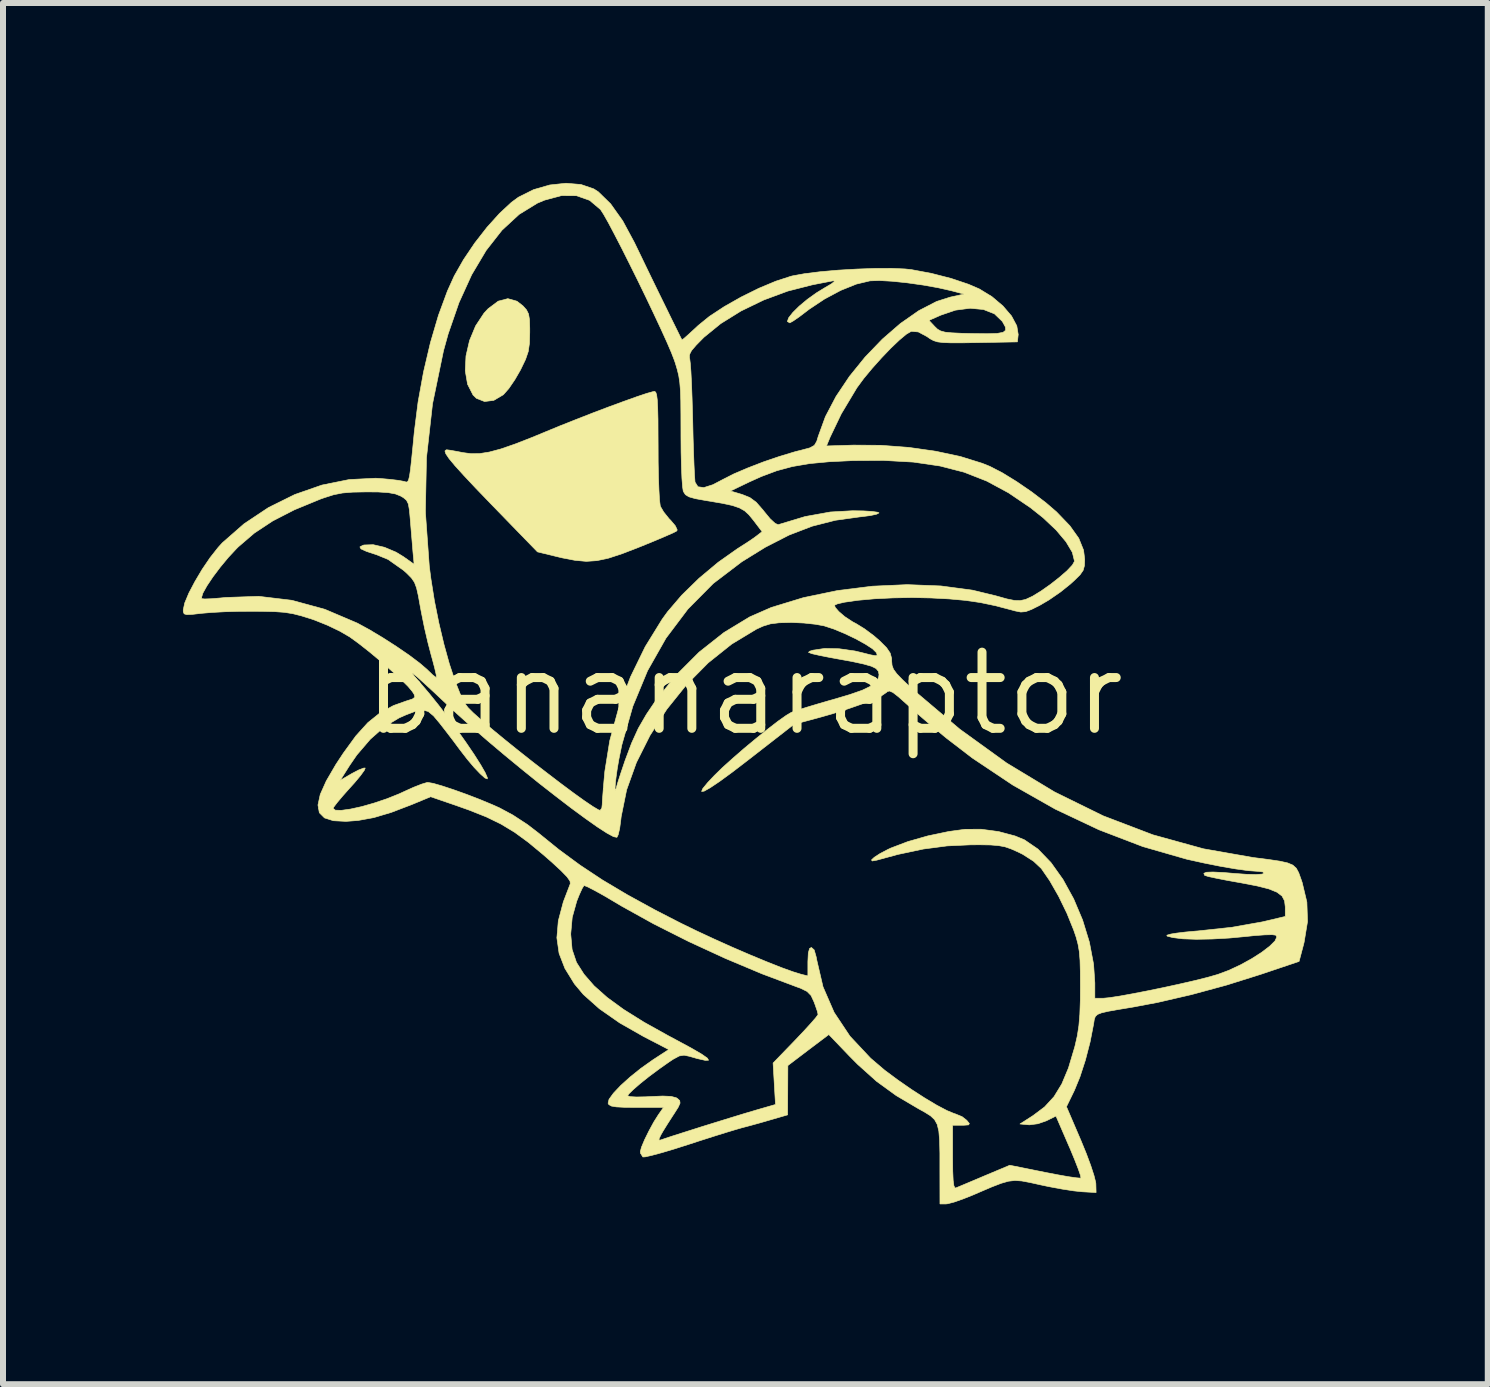
<source format=kicad_pcb>
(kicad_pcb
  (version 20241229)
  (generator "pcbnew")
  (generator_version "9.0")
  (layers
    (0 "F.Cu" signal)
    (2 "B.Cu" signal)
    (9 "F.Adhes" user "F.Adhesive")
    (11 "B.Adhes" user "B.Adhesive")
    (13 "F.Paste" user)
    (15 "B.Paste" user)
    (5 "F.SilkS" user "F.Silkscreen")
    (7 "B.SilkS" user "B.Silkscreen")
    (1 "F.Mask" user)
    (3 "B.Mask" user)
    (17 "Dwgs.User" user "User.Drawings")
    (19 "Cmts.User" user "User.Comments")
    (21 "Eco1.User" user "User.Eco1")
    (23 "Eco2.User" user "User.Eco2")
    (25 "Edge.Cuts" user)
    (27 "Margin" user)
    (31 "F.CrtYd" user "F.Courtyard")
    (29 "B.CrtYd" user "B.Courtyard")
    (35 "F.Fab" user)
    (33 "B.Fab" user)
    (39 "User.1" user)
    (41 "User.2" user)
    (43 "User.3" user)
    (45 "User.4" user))
  (footprint "bananaraptor"
    (layer "F.Cu")
    (at 9.361 8.513)
    (property "Reference" "bananaraptor" (at 0 0 0) (layer "F.SilkS") (effects (font (size 1.27 1.27) (thickness 0.15))))
    (attr through_hole)
    (fp_poly (pts (xy -3.792 -6.541) (xy -3.692 -6.463) (xy -3.633 -6.397) (xy -3.599 -6.328) (xy -3.583 -6.233) (xy -3.579 -6.086) (xy -3.579 -6.021) (xy -3.584 -5.84) (xy -3.604 -5.703) (xy -3.649 -5.571) (xy -3.728 -5.407) (xy -3.735 -5.393) (xy -3.828 -5.232) (xy -3.927 -5.087) (xy -4.015 -4.987) (xy -4.023 -4.98) (xy -4.179 -4.888) (xy -4.333 -4.869) (xy -4.468 -4.922) (xy -4.525 -4.978) (xy -4.616 -5.157) (xy -4.654 -5.381) (xy -4.642 -5.629) (xy -4.583 -5.885) (xy -4.482 -6.129) (xy -4.341 -6.343) (xy -4.273 -6.416) (xy -4.105 -6.542) (xy -3.944 -6.584) (xy -3.792 -6.541)) (stroke (width 0.01) (type solid)) (fill yes) (layer "F.SilkS"))
    (fp_poly (pts (xy -1.479 -5.025) (xy -1.464 -4.982) (xy -1.453 -4.897) (xy -1.446 -4.762) (xy -1.441 -4.566) (xy -1.44 -4.3) (xy -1.439 -4.13) (xy -1.438 -3.856) (xy -1.433 -3.605) (xy -1.425 -3.391) (xy -1.416 -3.23) (xy -1.404 -3.135) (xy -1.401 -3.121) (xy -1.347 -3.028) (xy -1.258 -2.917) (xy -1.225 -2.883) (xy -1.151 -2.795) (xy -1.121 -2.729) (xy -1.127 -2.712) (xy -1.177 -2.685) (xy -1.292 -2.634) (xy -1.456 -2.564) (xy -1.655 -2.482) (xy -1.759 -2.44) (xy -2.041 -2.331) (xy -2.267 -2.257) (xy -2.459 -2.216) (xy -2.637 -2.204) (xy -2.823 -2.221) (xy -3.037 -2.262) (xy -3.133 -2.285) (xy -3.45 -2.362) (xy -4.223 -3.158) (xy -4.478 -3.423) (xy -4.677 -3.635) (xy -4.824 -3.797) (xy -4.923 -3.916) (xy -4.978 -3.997) (xy -4.993 -4.044) (xy -4.972 -4.063) (xy -4.96 -4.064) (xy -4.902 -4.056) (xy -4.789 -4.036) (xy -4.692 -4.017) (xy -4.557 -3.999) (xy -4.415 -4.001) (xy -4.255 -4.026) (xy -4.064 -4.077) (xy -3.829 -4.158) (xy -3.539 -4.271) (xy -3.322 -4.361) (xy -3.065 -4.467) (xy -2.792 -4.575) (xy -2.516 -4.683) (xy -2.249 -4.784) (xy -2.004 -4.874) (xy -1.794 -4.949) (xy -1.63 -5.004) (xy -1.526 -5.033) (xy -1.499 -5.038) (xy -1.479 -5.025)) (stroke (width 0.01) (type solid)) (fill yes) (layer "F.SilkS"))
    (fp_poly (pts (xy -2.725 -8.487) (xy -2.512 -8.414) (xy -2.437 -8.366) (xy -2.231 -8.165) (xy -2.029 -7.881) (xy -1.833 -7.517) (xy -1.743 -7.331) (xy -1.64 -7.117) (xy -1.529 -6.888) (xy -1.416 -6.656) (xy -1.307 -6.434) (xy -1.21 -6.235) (xy -1.129 -6.071) (xy -1.072 -5.955) (xy -1.043 -5.899) (xy -1.042 -5.896) (xy -1.009 -5.919) (xy -0.931 -5.988) (xy -0.82 -6.09) (xy -0.771 -6.136) (xy -0.584 -6.288) (xy -0.338 -6.45) (xy -0.056 -6.61) (xy 0.239 -6.756) (xy 0.523 -6.875) (xy 0.775 -6.957) (xy 0.804 -6.964) (xy 1.007 -7.001) (xy 1.266 -7.033) (xy 1.562 -7.059) (xy 1.873 -7.077) (xy 2.177 -7.088) (xy 2.453 -7.089) (xy 2.679 -7.079) (xy 2.783 -7.068) (xy 3.119 -7.005) (xy 3.446 -6.921) (xy 3.735 -6.824) (xy 3.916 -6.746) (xy 4.127 -6.617) (xy 4.31 -6.462) (xy 4.453 -6.295) (xy 4.541 -6.13) (xy 4.565 -5.983) (xy 4.564 -5.98) (xy 4.551 -5.863) (xy 3.877 -5.851) (xy 3.624 -5.847) (xy 3.441 -5.847) (xy 3.312 -5.852) (xy 3.221 -5.863) (xy 3.154 -5.884) (xy 3.096 -5.915) (xy 3.043 -5.952) (xy 2.899 -6.029) (xy 2.786 -6.039) (xy 2.78 -6.038) (xy 2.703 -5.994) (xy 2.585 -5.896) (xy 2.442 -5.76) (xy 2.287 -5.598) (xy 2.131 -5.424) (xy 1.989 -5.253) (xy 1.875 -5.098) (xy 1.615 -4.664) (xy 1.429 -4.276) (xy 1.368 -4.128) (xy 1.816 -4.142) (xy 2.275 -4.139) (xy 2.739 -4.104) (xy 3.189 -4.04) (xy 3.604 -3.951) (xy 3.964 -3.839) (xy 4.091 -3.788) (xy 4.297 -3.682) (xy 4.538 -3.534) (xy 4.789 -3.362) (xy 5.024 -3.183) (xy 5.203 -3.029) (xy 5.425 -2.798) (xy 5.574 -2.589) (xy 5.654 -2.391) (xy 5.673 -2.239) (xy 5.669 -2.133) (xy 5.647 -2.054) (xy 5.595 -1.979) (xy 5.498 -1.884) (xy 5.432 -1.824) (xy 5.267 -1.692) (xy 5.077 -1.561) (xy 4.927 -1.473) (xy 4.785 -1.402) (xy 4.689 -1.366) (xy 4.608 -1.359) (xy 4.512 -1.378) (xy 4.458 -1.393) (xy 4.182 -1.465) (xy 3.935 -1.517) (xy 3.689 -1.553) (xy 3.414 -1.578) (xy 3.108 -1.594) (xy 2.796 -1.601) (xy 2.476 -1.595) (xy 2.168 -1.58) (xy 1.892 -1.555) (xy 1.668 -1.523) (xy 1.552 -1.496) (xy 1.505 -1.476) (xy 1.511 -1.44) (xy 1.573 -1.368) (xy 1.573 -1.368) (xy 1.672 -1.283) (xy 1.806 -1.195) (xy 1.863 -1.165) (xy 2.001 -1.08) (xy 2.157 -0.964) (xy 2.254 -0.88) (xy 2.369 -0.765) (xy 2.43 -0.675) (xy 2.454 -0.586) (xy 2.455 -0.541) (xy 2.461 -0.471) (xy 2.485 -0.405) (xy 2.539 -0.331) (xy 2.633 -0.233) (xy 2.777 -0.097) (xy 2.826 -0.053) (xy 3.591 0.594) (xy 4.373 1.159) (xy 5.17 1.64) (xy 5.982 2.039) (xy 6.81 2.355) (xy 7.653 2.588) (xy 8.477 2.733) (xy 8.736 2.766) (xy 8.924 2.794) (xy 9.055 2.823) (xy 9.143 2.86) (xy 9.201 2.913) (xy 9.241 2.987) (xy 9.278 3.09) (xy 9.299 3.151) (xy 9.377 3.477) (xy 9.388 3.8) (xy 9.331 4.147) (xy 9.32 4.191) (xy 9.247 4.466) (xy 8.605 4.682) (xy 8.035 4.861) (xy 7.453 5.019) (xy 6.891 5.149) (xy 6.477 5.227) (xy 6.236 5.267) (xy 6.066 5.297) (xy 5.954 5.323) (xy 5.886 5.35) (xy 5.85 5.385) (xy 5.833 5.433) (xy 5.823 5.499) (xy 5.82 5.517) (xy 5.763 5.809) (xy 5.685 6.11) (xy 5.594 6.39) (xy 5.501 6.617) (xy 5.497 6.625) (xy 5.369 6.888) (xy 5.612 7.455) (xy 5.7 7.67) (xy 5.774 7.869) (xy 5.828 8.035) (xy 5.856 8.148) (xy 5.859 8.17) (xy 5.863 8.319) (xy 5.63 8.306) (xy 5.489 8.291) (xy 5.295 8.261) (xy 5.079 8.221) (xy 4.942 8.192) (xy 4.762 8.152) (xy 4.624 8.126) (xy 4.511 8.118) (xy 4.402 8.13) (xy 4.28 8.165) (xy 4.124 8.225) (xy 3.916 8.314) (xy 3.817 8.357) (xy 3.647 8.425) (xy 3.496 8.478) (xy 3.388 8.506) (xy 3.362 8.509) (xy 3.26 8.509) (xy 3.259 7.948) (xy 3.259 7.663) (xy 3.254 7.45) (xy 3.241 7.294) (xy 3.214 7.183) (xy 3.17 7.103) (xy 3.103 7.04) (xy 3.009 6.981) (xy 2.906 6.924) (xy 2.53 6.702) (xy 2.202 6.464) (xy 1.889 6.183) (xy 1.751 6.044) (xy 1.407 5.685) (xy 1.065 5.943) (xy 0.724 6.202) (xy 0.722 6.613) (xy 0.72 7.024) (xy 0.434 7.107) (xy 0.254 7.159) (xy 0.076 7.208) (xy -0.042 7.239) (xy -0.146 7.269) (xy -0.312 7.319) (xy -0.523 7.385) (xy -0.761 7.461) (xy -0.942 7.52) (xy -1.174 7.594) (xy -1.379 7.655) (xy -1.543 7.699) (xy -1.653 7.724) (xy -1.693 7.726) (xy -1.732 7.665) (xy -1.736 7.637) (xy -1.716 7.562) (xy -1.664 7.438) (xy -1.591 7.29) (xy -1.511 7.143) (xy -1.434 7.021) (xy -1.431 7.017) (xy -1.349 6.9) (xy -1.798 6.9) (xy -2.002 6.898) (xy -2.137 6.891) (xy -2.218 6.877) (xy -2.26 6.853) (xy -2.273 6.83) (xy -2.257 6.764) (xy -2.183 6.662) (xy -2.062 6.534) (xy -1.907 6.394) (xy -1.728 6.25) (xy -1.539 6.116) (xy -1.528 6.108) (xy -1.262 5.935) (xy -1.679 5.719) (xy -2.081 5.49) (xy -2.419 5.254) (xy -2.686 5.016) (xy -2.834 4.84) (xy -2.993 4.582) (xy -3.09 4.331) (xy -3.127 4.071) (xy -3.121 4.009) (xy -2.896 4.009) (xy -2.873 4.266) (xy -2.801 4.48) (xy -2.801 4.481) (xy -2.675 4.679) (xy -2.507 4.872) (xy -2.289 5.066) (xy -2.015 5.266) (xy -1.676 5.478) (xy -1.265 5.707) (xy -1.132 5.778) (xy -0.884 5.912) (xy -0.712 6.012) (xy -0.617 6.079) (xy -0.598 6.113) (xy -0.655 6.115) (xy -0.788 6.085) (xy -0.92 6.047) (xy -1.007 6.029) (xy -1.087 6.042) (xy -1.187 6.096) (xy -1.258 6.143) (xy -1.421 6.258) (xy -1.585 6.38) (xy -1.733 6.498) (xy -1.852 6.601) (xy -1.928 6.675) (xy -1.947 6.706) (xy -1.908 6.72) (xy -1.802 6.726) (xy -1.646 6.723) (xy -1.57 6.719) (xy -1.363 6.71) (xy -1.224 6.716) (xy -1.138 6.738) (xy -1.117 6.751) (xy -1.079 6.786) (xy -1.073 6.828) (xy -1.104 6.897) (xy -1.178 7.014) (xy -1.191 7.033) (xy -1.279 7.17) (xy -1.356 7.294) (xy -1.395 7.362) (xy -1.427 7.432) (xy -1.412 7.447) (xy -1.382 7.438) (xy -1.319 7.416) (xy -1.191 7.374) (xy -1.015 7.318) (xy -0.807 7.252) (xy -0.71 7.221) (xy -0.465 7.145) (xy -0.219 7.069) (xy 0.003 7.001) (xy 0.176 6.95) (xy 0.206 6.941) (xy 0.518 6.851) (xy 0.498 6.506) (xy 0.478 6.16) (xy 0.853 5.772) (xy 0.994 5.623) (xy 1.111 5.495) (xy 1.193 5.4) (xy 1.227 5.352) (xy 1.228 5.35) (xy 1.214 5.292) (xy 1.178 5.188) (xy 1.161 5.142) (xy 1.111 5.034) (xy 1.044 4.966) (xy 0.934 4.912) (xy 0.875 4.891) (xy 0.292 4.672) (xy -0.317 4.416) (xy -0.927 4.135) (xy -1.511 3.841) (xy -2.043 3.546) (xy -2.159 3.477) (xy -2.34 3.37) (xy -2.495 3.284) (xy -2.61 3.225) (xy -2.67 3.201) (xy -2.675 3.201) (xy -2.704 3.247) (xy -2.751 3.349) (xy -2.796 3.462) (xy -2.871 3.732) (xy -2.896 4.009) (xy -3.121 4.009) (xy -3.103 3.79) (xy -3.019 3.473) (xy -2.903 3.17) (xy -2.908 3.126) (xy -2.957 3.056) (xy -3.056 2.954) (xy -3.211 2.811) (xy -3.352 2.688) (xy -3.604 2.479) (xy -3.831 2.313) (xy -4.056 2.177) (xy -4.302 2.057) (xy -4.592 1.942) (xy -4.829 1.858) (xy -5.231 1.72) (xy -5.547 1.851) (xy -5.887 1.981) (xy -6.179 2.068) (xy -6.442 2.116) (xy -6.643 2.131) (xy -6.853 2.12) (xy -7.001 2.073) (xy -7.087 1.987) (xy -7.1 1.914) (xy -6.858 1.914) (xy -6.821 1.944) (xy -6.72 1.947) (xy -6.568 1.926) (xy -6.382 1.885) (xy -6.175 1.826) (xy -5.961 1.754) (xy -5.756 1.672) (xy -5.674 1.634) (xy -5.517 1.563) (xy -5.382 1.51) (xy -5.292 1.483) (xy -5.278 1.482) (xy -5.189 1.497) (xy -5.04 1.54) (xy -4.849 1.603) (xy -4.634 1.68) (xy -4.413 1.765) (xy -4.204 1.852) (xy -4.085 1.905) (xy -3.858 2.027) (xy -3.619 2.183) (xy -3.438 2.322) (xy -3.092 2.602) (xy -2.74 2.861) (xy -2.367 3.108) (xy -1.957 3.352) (xy -1.496 3.605) (xy -1.058 3.83) (xy -0.797 3.957) (xy -0.509 4.091) (xy -0.209 4.226) (xy 0.088 4.354) (xy 0.368 4.47) (xy 0.615 4.568) (xy 0.815 4.64) (xy 0.942 4.679) (xy 1.058 4.708) (xy 1.058 4.471) (xy 1.065 4.325) (xy 1.086 4.25) (xy 1.117 4.233) (xy 1.163 4.274) (xy 1.197 4.393) (xy 1.204 4.434) (xy 1.31 4.889) (xy 1.495 5.315) (xy 1.759 5.712) (xy 2.103 6.079) (xy 2.34 6.281) (xy 2.554 6.44) (xy 2.78 6.597) (xy 3.003 6.741) (xy 3.207 6.863) (xy 3.378 6.953) (xy 3.499 7.003) (xy 3.512 7.006) (xy 3.629 7.054) (xy 3.706 7.114) (xy 3.75 7.168) (xy 3.738 7.191) (xy 3.657 7.197) (xy 3.626 7.197) (xy 3.471 7.197) (xy 3.471 7.73) (xy 3.473 7.96) (xy 3.48 8.115) (xy 3.492 8.206) (xy 3.511 8.242) (xy 3.524 8.242) (xy 3.583 8.218) (xy 3.702 8.168) (xy 3.861 8.101) (xy 4 8.042) (xy 4.424 7.864) (xy 5.006 7.981) (xy 5.218 8.022) (xy 5.398 8.054) (xy 5.531 8.073) (xy 5.603 8.079) (xy 5.61 8.077) (xy 5.603 8.033) (xy 5.566 7.926) (xy 5.506 7.772) (xy 5.429 7.586) (xy 5.413 7.55) (xy 5.194 7.044) (xy 5.034 7.123) (xy 4.893 7.172) (xy 4.754 7.19) (xy 4.734 7.189) (xy 4.594 7.176) (xy 4.812 7.036) (xy 5.005 6.891) (xy 5.162 6.72) (xy 5.291 6.509) (xy 5.402 6.244) (xy 5.502 5.909) (xy 5.511 5.877) (xy 5.55 5.706) (xy 5.576 5.538) (xy 5.592 5.348) (xy 5.6 5.114) (xy 5.601 4.889) (xy 5.6 4.635) (xy 5.595 4.446) (xy 5.583 4.301) (xy 5.562 4.18) (xy 5.531 4.063) (xy 5.489 3.941) (xy 5.376 3.662) (xy 5.238 3.379) (xy 5.09 3.12) (xy 4.95 2.917) (xy 4.821 2.796) (xy 4.64 2.68) (xy 4.563 2.642) (xy 4.446 2.59) (xy 4.345 2.555) (xy 4.238 2.535) (xy 4.105 2.524) (xy 3.923 2.521) (xy 3.768 2.522) (xy 3.378 2.54) (xy 2.983 2.592) (xy 2.559 2.682) (xy 2.205 2.778) (xy 2.13 2.791) (xy 2.119 2.773) (xy 2.166 2.729) (xy 2.259 2.669) (xy 2.39 2.6) (xy 2.441 2.576) (xy 2.725 2.468) (xy 3.058 2.373) (xy 3.406 2.3) (xy 3.677 2.263) (xy 3.946 2.262) (xy 4.238 2.301) (xy 4.512 2.374) (xy 4.669 2.439) (xy 4.894 2.593) (xy 5.11 2.817) (xy 5.311 3.099) (xy 5.489 3.423) (xy 5.638 3.776) (xy 5.751 4.144) (xy 5.821 4.512) (xy 5.842 4.824) (xy 5.842 5.08) (xy 5.98 5.08) (xy 6.085 5.07) (xy 6.256 5.044) (xy 6.476 5.004) (xy 6.728 4.955) (xy 6.995 4.9) (xy 7.26 4.842) (xy 7.508 4.785) (xy 7.72 4.732) (xy 7.881 4.686) (xy 7.889 4.684) (xy 8.079 4.613) (xy 8.273 4.522) (xy 8.458 4.42) (xy 8.624 4.314) (xy 8.756 4.213) (xy 8.845 4.125) (xy 8.876 4.058) (xy 8.859 4.028) (xy 8.798 4.02) (xy 8.674 4.023) (xy 8.506 4.035) (xy 8.374 4.049) (xy 8.086 4.076) (xy 7.799 4.092) (xy 7.534 4.097) (xy 7.31 4.089) (xy 7.148 4.069) (xy 7.133 4.066) (xy 7.048 4.044) (xy 7.042 4.029) (xy 7.108 4.01) (xy 7.112 4.009) (xy 7.204 3.994) (xy 7.352 3.976) (xy 7.526 3.96) (xy 7.556 3.958) (xy 8.124 3.897) (xy 8.632 3.807) (xy 8.731 3.784) (xy 9.017 3.716) (xy 9.017 3.556) (xy 9.005 3.456) (xy 8.963 3.376) (xy 8.879 3.312) (xy 8.744 3.257) (xy 8.546 3.207) (xy 8.276 3.155) (xy 8.241 3.149) (xy 8.036 3.112) (xy 7.863 3.078) (xy 7.737 3.051) (xy 7.676 3.032) (xy 7.673 3.031) (xy 7.659 2.997) (xy 7.703 2.979) (xy 7.812 2.975) (xy 7.994 2.984) (xy 8.156 2.998) (xy 8.365 3.013) (xy 8.528 3.017) (xy 8.63 3.01) (xy 8.655 3.001) (xy 8.648 2.975) (xy 8.57 2.964) (xy 8.549 2.963) (xy 8.406 2.953) (xy 8.199 2.925) (xy 7.947 2.882) (xy 7.67 2.827) (xy 7.385 2.764) (xy 7.362 2.758) (xy 6.642 2.551) (xy 5.911 2.271) (xy 5.183 1.927) (xy 4.474 1.525) (xy 3.799 1.074) (xy 3.365 0.741) (xy 3.175 0.584) (xy 2.974 0.413) (xy 2.792 0.254) (xy 2.703 0.174) (xy 2.566 0.052) (xy 2.476 -0.018) (xy 2.418 -0.043) (xy 2.381 -0.032) (xy 2.372 -0.022) (xy 2.298 0.029) (xy 2.157 0.096) (xy 1.962 0.173) (xy 1.727 0.255) (xy 1.467 0.337) (xy 1.249 0.399) (xy 0.826 0.513) (xy 0.064 1.106) (xy -0.202 1.31) (xy -0.414 1.465) (xy -0.572 1.571) (xy -0.672 1.627) (xy -0.714 1.632) (xy -0.695 1.585) (xy -0.614 1.486) (xy -0.502 1.367) (xy -0.367 1.235) (xy -0.196 1.081) (xy -0.004 0.914) (xy 0.196 0.748) (xy 0.389 0.593) (xy 0.56 0.461) (xy 0.697 0.364) (xy 0.781 0.314) (xy 0.869 0.282) (xy 1.02 0.234) (xy 1.213 0.176) (xy 1.429 0.113) (xy 1.474 0.101) (xy 1.757 0.017) (xy 1.966 -0.056) (xy 2.11 -0.126) (xy 2.197 -0.195) (xy 2.238 -0.27) (xy 2.244 -0.317) (xy 2.233 -0.372) (xy 2.195 -0.417) (xy 2.116 -0.456) (xy 1.985 -0.493) (xy 1.792 -0.535) (xy 1.587 -0.572) (xy 1.408 -0.605) (xy 1.253 -0.636) (xy 1.146 -0.66) (xy 1.122 -0.666) (xy 1.068 -0.687) (xy 1.088 -0.706) (xy 1.143 -0.723) (xy 1.337 -0.752) (xy 1.579 -0.747) (xy 1.841 -0.71) (xy 1.955 -0.683) (xy 2.102 -0.646) (xy 2.183 -0.631) (xy 2.213 -0.638) (xy 2.206 -0.668) (xy 2.197 -0.686) (xy 2.135 -0.747) (xy 2.013 -0.826) (xy 1.853 -0.914) (xy 1.673 -1) (xy 1.493 -1.075) (xy 1.334 -1.127) (xy 1.333 -1.128) (xy 1.186 -1.155) (xy 0.992 -1.176) (xy 0.792 -1.185) (xy 0.771 -1.185) (xy 0.576 -1.18) (xy 0.433 -1.162) (xy 0.31 -1.124) (xy 0.2 -1.074) (xy -0.212 -0.825) (xy -0.604 -0.512) (xy -0.967 -0.145) (xy -1.294 0.262) (xy -1.574 0.698) (xy -1.801 1.15) (xy -1.964 1.605) (xy -2.055 2.053) (xy -2.061 2.107) (xy -2.08 2.25) (xy -2.105 2.355) (xy -2.126 2.397) (xy -2.182 2.386) (xy -2.293 2.326) (xy -2.454 2.222) (xy -2.655 2.08) (xy -2.889 1.908) (xy -3.147 1.71) (xy -3.424 1.494) (xy -3.709 1.264) (xy -3.997 1.027) (xy -4.278 0.79) (xy -4.546 0.558) (xy -4.792 0.337) (xy -4.933 0.206) (xy -5.169 -0.016) (xy -5.346 -0.179) (xy -5.464 -0.285) (xy -5.526 -0.334) (xy -5.533 -0.328) (xy -5.485 -0.267) (xy -5.384 -0.153) (xy -5.249 0.006) (xy -5.098 0.194) (xy -4.94 0.4) (xy -4.784 0.614) (xy -4.636 0.824) (xy -4.504 1.019) (xy -4.397 1.188) (xy -4.322 1.319) (xy -4.286 1.402) (xy -4.287 1.423) (xy -4.327 1.407) (xy -4.404 1.338) (xy -4.507 1.23) (xy -4.621 1.095) (xy -4.734 0.949) (xy -4.752 0.925) (xy -4.853 0.789) (xy -4.978 0.626) (xy -5.08 0.495) (xy -5.183 0.372) (xy -5.271 0.299) (xy -5.363 0.274) (xy -5.479 0.293) (xy -5.64 0.354) (xy -5.756 0.405) (xy -5.996 0.549) (xy -6.237 0.761) (xy -6.463 1.025) (xy -6.583 1.2) (xy -6.739 1.447) (xy -6.542 1.332) (xy -6.429 1.273) (xy -6.347 1.242) (xy -6.322 1.242) (xy -6.338 1.281) (xy -6.401 1.368) (xy -6.5 1.487) (xy -6.578 1.573) (xy -6.697 1.707) (xy -6.791 1.819) (xy -6.847 1.893) (xy -6.858 1.914) (xy -7.1 1.914) (xy -7.11 1.858) (xy -7.072 1.682) (xy -6.972 1.458) (xy -6.81 1.18) (xy -6.688 0.995) (xy -6.478 0.706) (xy -6.278 0.485) (xy -6.074 0.321) (xy -5.851 0.2) (xy -5.644 0.126) (xy -5.535 0.091) (xy -5.494 0.06) (xy -5.507 0.012) (xy -5.536 -0.033) (xy -5.607 -0.118) (xy -5.73 -0.24) (xy -5.89 -0.386) (xy -6.071 -0.544) (xy -6.257 -0.699) (xy -6.434 -0.838) (xy -6.58 -0.944) (xy -6.743 -1.039) (xy -6.949 -1.138) (xy -7.163 -1.224) (xy -7.215 -1.242) (xy -7.384 -1.295) (xy -7.526 -1.331) (xy -7.667 -1.354) (xy -7.832 -1.366) (xy -8.045 -1.371) (xy -8.17 -1.372) (xy -8.416 -1.371) (xy -8.663 -1.364) (xy -8.883 -1.352) (xy -9.048 -1.338) (xy -9.049 -1.338) (xy -9.206 -1.32) (xy -9.298 -1.316) (xy -9.341 -1.329) (xy -9.355 -1.364) (xy -9.356 -1.395) (xy -9.331 -1.511) (xy -9.294 -1.599) (xy -9.052 -1.599) (xy -9.047 -1.582) (xy -8.998 -1.577) (xy -8.885 -1.581) (xy -8.729 -1.594) (xy -8.651 -1.602) (xy -8.098 -1.621) (xy -7.546 -1.555) (xy -6.996 -1.405) (xy -6.453 -1.174) (xy -6.253 -1.065) (xy -6.031 -0.932) (xy -5.805 -0.787) (xy -5.593 -0.642) (xy -5.416 -0.509) (xy -5.291 -0.402) (xy -5.274 -0.385) (xy -5.195 -0.309) (xy -5.143 -0.271) (xy -5.135 -0.27) (xy -5.139 -0.315) (xy -5.163 -0.421) (xy -5.202 -0.569) (xy -5.222 -0.64) (xy -5.276 -0.847) (xy -5.334 -1.096) (xy -5.384 -1.343) (xy -5.401 -1.432) (xy -5.436 -1.628) (xy -5.466 -1.761) (xy -5.501 -1.854) (xy -5.551 -1.927) (xy -5.625 -2.002) (xy -5.684 -2.055) (xy -5.941 -2.236) (xy -6.131 -2.314) (xy -6.301 -2.37) (xy -6.393 -2.412) (xy -6.411 -2.445) (xy -6.36 -2.472) (xy -6.341 -2.477) (xy -6.189 -2.482) (xy -6.002 -2.439) (xy -5.808 -2.357) (xy -5.685 -2.282) (xy -5.507 -2.156) (xy -5.526 -2.359) (xy -5.538 -2.505) (xy -5.554 -2.695) (xy -5.57 -2.888) (xy -5.57 -2.89) (xy -5.582 -3.026) (xy -5.319 -3.026) (xy -5.254 -2.123) (xy -5.227 -1.914) (xy -5.168 -1.543) (xy -5.094 -1.175) (xy -5.01 -0.822) (xy -4.92 -0.497) (xy -4.826 -0.213) (xy -4.734 0.018) (xy -4.646 0.184) (xy -4.609 0.233) (xy -4.521 0.321) (xy -4.383 0.444) (xy -4.206 0.595) (xy -3.997 0.767) (xy -3.769 0.951) (xy -3.53 1.14) (xy -3.29 1.325) (xy -3.061 1.5) (xy -2.85 1.657) (xy -2.669 1.787) (xy -2.527 1.883) (xy -2.434 1.938) (xy -2.406 1.947) (xy -2.378 1.911) (xy -2.371 1.852) (xy -2.367 1.772) (xy -2.356 1.629) (xy -2.353 1.59) (xy -2.157 1.59) (xy -2.151 1.614) (xy -2.135 1.571) (xy -2.129 1.545) (xy -2.106 1.467) (xy -2.063 1.334) (xy -2.008 1.171) (xy -1.991 1.12) (xy -1.881 0.826) (xy -1.769 0.58) (xy -1.635 0.348) (xy -1.486 0.127) (xy -1.141 -0.305) (xy -0.756 -0.69) (xy -0.342 -1.017) (xy 0.088 -1.278) (xy 0.449 -1.436) (xy 0.983 -1.599) (xy 1.55 -1.717) (xy 2.133 -1.79) (xy 2.714 -1.816) (xy 3.276 -1.794) (xy 3.801 -1.724) (xy 4.19 -1.63) (xy 4.375 -1.578) (xy 4.503 -1.552) (xy 4.598 -1.55) (xy 4.683 -1.568) (xy 4.69 -1.57) (xy 4.804 -1.623) (xy 4.946 -1.71) (xy 5.101 -1.819) (xy 5.25 -1.936) (xy 5.379 -2.048) (xy 5.468 -2.143) (xy 5.503 -2.206) (xy 5.503 -2.207) (xy 5.467 -2.354) (xy 5.362 -2.53) (xy 5.198 -2.725) (xy 4.981 -2.93) (xy 4.767 -3.1) (xy 4.404 -3.346) (xy 4.041 -3.542) (xy 3.664 -3.69) (xy 3.261 -3.794) (xy 2.817 -3.859) (xy 2.32 -3.887) (xy 1.807 -3.884) (xy 1.414 -3.865) (xy 1.084 -3.834) (xy 0.799 -3.785) (xy 0.539 -3.715) (xy 0.283 -3.619) (xy 0.085 -3.53) (xy -0.233 -3.377) (xy -0.037 -3.319) (xy 0.09 -3.268) (xy 0.196 -3.19) (xy 0.308 -3.062) (xy 0.334 -3.029) (xy 0.428 -2.915) (xy 0.51 -2.839) (xy 0.561 -2.815) (xy 0.561 -2.815) (xy 1.012 -2.951) (xy 1.432 -3.027) (xy 1.804 -3.048) (xy 1.985 -3.045) (xy 2.13 -3.036) (xy 2.221 -3.023) (xy 2.244 -3.012) (xy 2.205 -2.991) (xy 2.102 -2.968) (xy 1.956 -2.949) (xy 1.926 -2.946) (xy 1.516 -2.889) (xy 1.128 -2.79) (xy 0.745 -2.643) (xy 0.349 -2.44) (xy -0.043 -2.198) (xy -0.52 -1.835) (xy -0.942 -1.409) (xy -1.308 -0.923) (xy -1.615 -0.381) (xy -1.861 0.213) (xy -2.044 0.856) (xy -2.093 1.095) (xy -2.12 1.252) (xy -2.14 1.395) (xy -2.153 1.512) (xy -2.157 1.59) (xy -2.353 1.59) (xy -2.341 1.447) (xy -2.327 1.295) (xy -2.245 0.785) (xy -2.1 0.254) (xy -1.9 -0.276) (xy -1.654 -0.781) (xy -1.371 -1.24) (xy -1.281 -1.364) (xy -1.045 -1.64) (xy -0.756 -1.922) (xy -0.438 -2.188) (xy -0.118 -2.414) (xy -0.085 -2.435) (xy 0.045 -2.518) (xy 0.16 -2.596) (xy 0.2 -2.626) (xy 0.295 -2.699) (xy 0.147 -2.893) (xy 0.074 -2.982) (xy 0.003 -3.047) (xy -0.084 -3.096) (xy -0.202 -3.136) (xy -0.369 -3.172) (xy -0.6 -3.211) (xy -0.649 -3.219) (xy -0.82 -3.25) (xy -0.925 -3.28) (xy -0.984 -3.316) (xy -1.017 -3.368) (xy -1.02 -3.375) (xy -1.031 -3.447) (xy -1.042 -3.589) (xy -1.05 -3.788) (xy -1.056 -4.027) (xy -1.058 -4.293) (xy -1.058 -4.352) (xy -1.059 -4.65) (xy -1.061 -4.879) (xy -1.067 -5.053) (xy -1.078 -5.188) (xy -1.095 -5.3) (xy -1.12 -5.403) (xy -1.153 -5.513) (xy -1.169 -5.559) (xy -1.182 -5.593) (xy -0.916 -5.593) (xy -0.912 -5.581) (xy -0.903 -5.51) (xy -0.892 -5.369) (xy -0.882 -5.171) (xy -0.873 -4.93) (xy -0.865 -4.66) (xy -0.862 -4.551) (xy -0.856 -4.273) (xy -0.848 -4.02) (xy -0.84 -3.804) (xy -0.832 -3.64) (xy -0.825 -3.542) (xy -0.823 -3.524) (xy -0.775 -3.448) (xy -0.677 -3.434) (xy -0.526 -3.482) (xy -0.352 -3.573) (xy -0.177 -3.662) (xy 0.055 -3.761) (xy 0.319 -3.863) (xy 0.592 -3.956) (xy 0.848 -4.033) (xy 0.963 -4.062) (xy 1.093 -4.097) (xy 1.166 -4.138) (xy 1.206 -4.206) (xy 1.231 -4.289) (xy 1.35 -4.616) (xy 1.527 -4.953) (xy 1.752 -5.289) (xy 2.013 -5.611) (xy 2.299 -5.908) (xy 2.601 -6.17) (xy 2.676 -6.222) (xy 3.077 -6.222) (xy 3.174 -6.118) (xy 3.22 -6.074) (xy 3.272 -6.045) (xy 3.346 -6.025) (xy 3.459 -6.014) (xy 3.628 -6.006) (xy 3.806 -6.002) (xy 4.047 -5.999) (xy 4.213 -6.004) (xy 4.312 -6.022) (xy 4.355 -6.057) (xy 4.351 -6.111) (xy 4.308 -6.19) (xy 4.297 -6.207) (xy 4.168 -6.331) (xy 3.985 -6.403) (xy 3.763 -6.424) (xy 3.518 -6.392) (xy 3.277 -6.31) (xy 3.077 -6.222) (xy 2.676 -6.222) (xy 2.906 -6.383) (xy 3.204 -6.537) (xy 3.43 -6.609) (xy 3.662 -6.66) (xy 3.45 -6.716) (xy 3.229 -6.766) (xy 2.976 -6.811) (xy 2.713 -6.848) (xy 2.464 -6.874) (xy 2.251 -6.886) (xy 2.098 -6.881) (xy 2.094 -6.881) (xy 1.867 -6.827) (xy 1.606 -6.722) (xy 1.336 -6.578) (xy 1.079 -6.407) (xy 1.04 -6.377) (xy 0.915 -6.282) (xy 0.815 -6.213) (xy 0.758 -6.181) (xy 0.755 -6.181) (xy 0.716 -6.203) (xy 0.737 -6.264) (xy 0.806 -6.352) (xy 0.913 -6.458) (xy 1.048 -6.571) (xy 1.2 -6.68) (xy 1.342 -6.767) (xy 1.451 -6.831) (xy 1.502 -6.872) (xy 1.487 -6.882) (xy 1.482 -6.882) (xy 1.382 -6.863) (xy 1.237 -6.835) (xy 1.122 -6.812) (xy 0.723 -6.71) (xy 0.323 -6.562) (xy -0.057 -6.378) (xy -0.395 -6.168) (xy -0.67 -5.944) (xy -0.673 -5.942) (xy -0.804 -5.809) (xy -0.882 -5.718) (xy -0.916 -5.651) (xy -0.916 -5.593) (xy -1.182 -5.593) (xy -1.215 -5.679) (xy -1.291 -5.856) (xy -1.391 -6.076) (xy -1.51 -6.33) (xy -1.64 -6.603) (xy -1.777 -6.885) (xy -1.915 -7.163) (xy -2.046 -7.424) (xy -2.167 -7.658) (xy -2.269 -7.851) (xy -2.349 -7.992) (xy -2.399 -8.069) (xy -2.4 -8.07) (xy -2.581 -8.223) (xy -2.799 -8.3) (xy -3.049 -8.302) (xy -3.33 -8.227) (xy -3.452 -8.176) (xy -3.756 -7.989) (xy -4.042 -7.725) (xy -4.306 -7.388) (xy -4.547 -6.983) (xy -4.759 -6.517) (xy -4.94 -5.994) (xy -5.017 -5.716) (xy -5.2 -4.831) (xy -5.301 -3.931) (xy -5.319 -3.026) (xy -5.582 -3.026) (xy -5.585 -3.057) (xy -5.603 -3.161) (xy -5.634 -3.223) (xy -5.685 -3.266) (xy -5.729 -3.292) (xy -5.818 -3.328) (xy -5.938 -3.35) (xy -6.108 -3.361) (xy -6.308 -3.362) (xy -6.531 -3.358) (xy -6.701 -3.344) (xy -6.848 -3.315) (xy -7.002 -3.266) (xy -7.07 -3.242) (xy -7.502 -3.064) (xy -7.864 -2.878) (xy -8.171 -2.675) (xy -8.437 -2.447) (xy -8.468 -2.416) (xy -8.606 -2.268) (xy -8.74 -2.106) (xy -8.862 -1.944) (xy -8.961 -1.796) (xy -9.028 -1.676) (xy -9.052 -1.599) (xy -9.294 -1.599) (xy -9.263 -1.674) (xy -9.162 -1.866) (xy -9.041 -2.07) (xy -8.908 -2.266) (xy -8.774 -2.436) (xy -8.704 -2.513) (xy -8.342 -2.83) (xy -7.935 -3.101) (xy -7.497 -3.318) (xy -7.044 -3.476) (xy -6.589 -3.568) (xy -6.149 -3.59) (xy -6.076 -3.586) (xy -5.907 -3.571) (xy -5.765 -3.554) (xy -5.675 -3.537) (xy -5.665 -3.534) (xy -5.638 -3.526) (xy -5.617 -3.531) (xy -5.6 -3.56) (xy -5.584 -3.623) (xy -5.568 -3.731) (xy -5.55 -3.894) (xy -5.527 -4.122) (xy -5.504 -4.36) (xy -5.441 -4.859) (xy -5.35 -5.361) (xy -5.235 -5.85) (xy -5.101 -6.306) (xy -4.952 -6.71) (xy -4.838 -6.962) (xy -4.683 -7.234) (xy -4.497 -7.51) (xy -4.292 -7.773) (xy -4.083 -8.005) (xy -3.885 -8.189) (xy -3.768 -8.275) (xy -3.516 -8.401) (xy -3.246 -8.479) (xy -2.975 -8.508) (xy -2.725 -8.487)) (stroke (width 0.01) (type solid)) (fill yes) (layer "F.SilkS")))
  (gr_rect
    (start -3 -3)
    (end 21.754 20.027)
    (stroke (width 0.1) (type default))
    (fill no)
    (layer "Edge.Cuts")))
</source>
